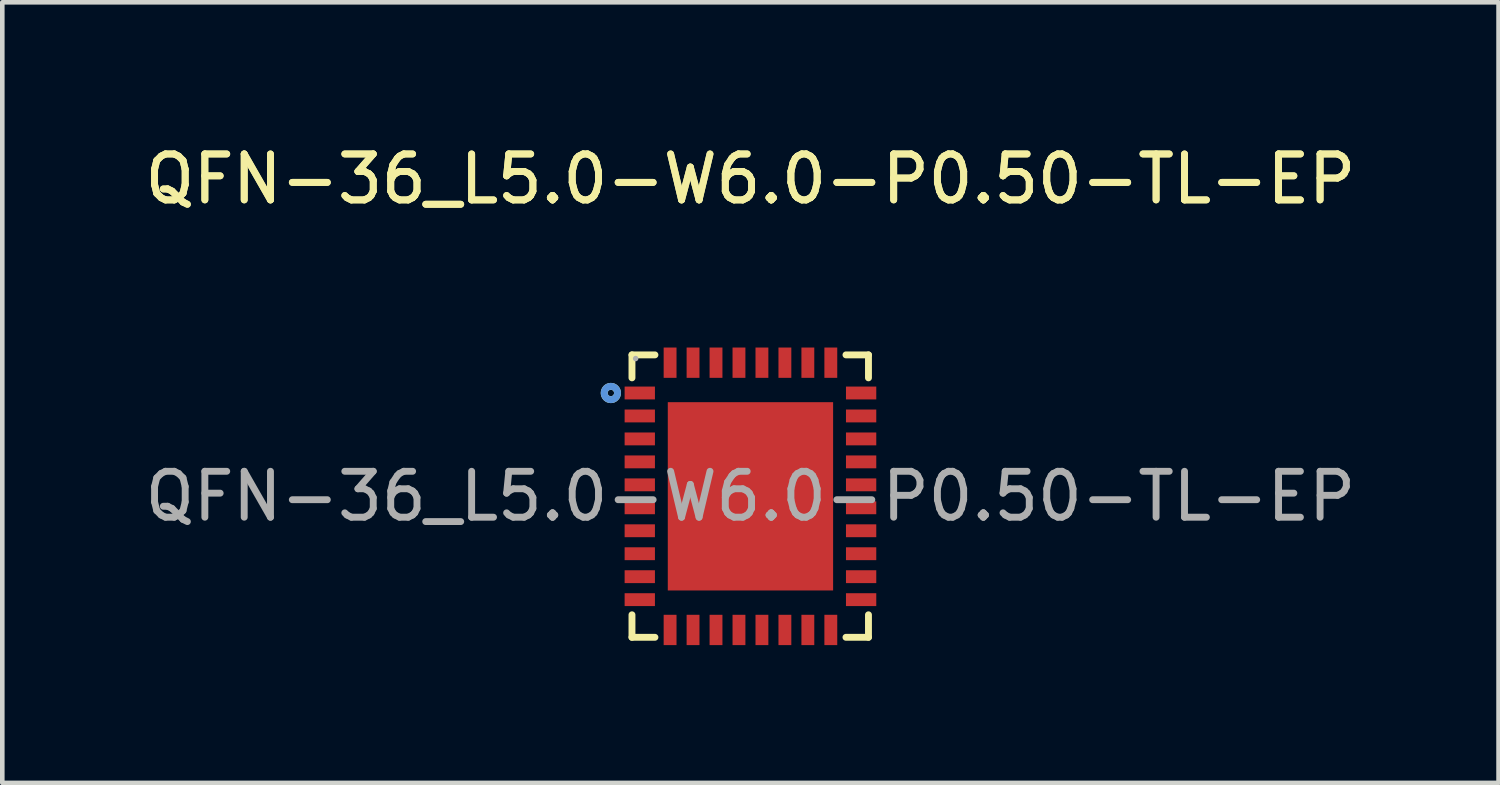
<source format=kicad_pcb>
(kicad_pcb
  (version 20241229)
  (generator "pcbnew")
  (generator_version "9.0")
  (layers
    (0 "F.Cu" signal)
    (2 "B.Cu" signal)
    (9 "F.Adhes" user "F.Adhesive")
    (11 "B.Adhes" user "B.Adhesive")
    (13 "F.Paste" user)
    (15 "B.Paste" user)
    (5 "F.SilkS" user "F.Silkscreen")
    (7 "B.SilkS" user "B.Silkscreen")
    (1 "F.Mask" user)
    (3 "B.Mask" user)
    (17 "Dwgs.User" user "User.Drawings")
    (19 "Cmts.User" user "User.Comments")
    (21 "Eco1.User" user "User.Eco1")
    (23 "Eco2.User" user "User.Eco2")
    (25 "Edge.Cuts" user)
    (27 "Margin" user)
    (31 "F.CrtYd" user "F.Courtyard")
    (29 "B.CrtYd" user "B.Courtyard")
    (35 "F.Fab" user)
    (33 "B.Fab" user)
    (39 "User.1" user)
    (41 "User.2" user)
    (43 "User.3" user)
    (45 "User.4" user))
  (footprint "QFN-36_L5.0-W6.0-P0.50-TL-EP"
    (layer "F.Cu")
    (at 13.292 7.758)
    (property "Reference" "QFN-36_L5.0-W6.0-P0.50-TL-EP" (at 0 -6.91 0) (layer "F.SilkS") (effects (font (size 1 1) (thickness 0.15))))
    (attr smd)
    (fp_line (start -2.58 -3.08) (end -2.58 -2.58) (stroke (width 0.15) (type solid)) (layer "F.SilkS"))
    (fp_line (start -2.58 3.07) (end -2.58 2.58) (stroke (width 0.15) (type solid)) (layer "F.SilkS"))
    (fp_line (start -2.08 -3.08) (end -2.58 -3.08) (stroke (width 0.15) (type solid)) (layer "F.SilkS"))
    (fp_line (start -2.08 3.07) (end -2.58 3.07) (stroke (width 0.15) (type solid)) (layer "F.SilkS"))
    (fp_line (start 2.08 -3.08) (end 2.57 -3.08) (stroke (width 0.15) (type solid)) (layer "F.SilkS"))
    (fp_line (start 2.08 3.07) (end 2.57 3.07) (stroke (width 0.15) (type solid)) (layer "F.SilkS"))
    (fp_line (start 2.57 -3.08) (end 2.57 -2.58) (stroke (width 0.15) (type solid)) (layer "F.SilkS"))
    (fp_line (start 2.57 3.07) (end 2.57 2.58) (stroke (width 0.15) (type solid)) (layer "F.SilkS"))
    (fp_circle (center -3.04 -2.25) (end -2.97 -2.25) (stroke (width 0.15) (type solid)) (fill no) (layer "F.SilkS"))
    (fp_circle (center -3.04 -2.25) (end -2.97 -2.25) (stroke (width 0.15) (type solid)) (fill no) (layer "Cmts.User"))
    (fp_circle (center -2.5 -3) (end -2.47 -3) (stroke (width 0.06) (type solid)) (fill no) (layer "F.Fab"))
    (fp_text user "${REFERENCE}" (at 0 -6.91 0) (layer "F.SilkS") (effects (font (size 1 1) (thickness 0.15))))
    (fp_text user "${REFERENCE}" (at 0 0 0) (layer "F.Fab") (effects (font (size 1 1) (thickness 0.15))))
    (pad "1" smd rect (at -2.41 -2.25 270) (size 0.28 0.66) (layers "F.Cu" "F.Mask" "F.Paste"))
    (pad "2" smd rect (at -2.41 -1.75 270) (size 0.28 0.66) (layers "F.Cu" "F.Mask" "F.Paste"))
    (pad "3" smd rect (at -2.41 -1.25 270) (size 0.28 0.66) (layers "F.Cu" "F.Mask" "F.Paste"))
    (pad "4" smd rect (at -2.41 -0.75 270) (size 0.28 0.66) (layers "F.Cu" "F.Mask" "F.Paste"))
    (pad "5" smd rect (at -2.41 -0.25 270) (size 0.28 0.66) (layers "F.Cu" "F.Mask" "F.Paste"))
    (pad "6" smd rect (at -2.41 0.25 270) (size 0.28 0.66) (layers "F.Cu" "F.Mask" "F.Paste"))
    (pad "7" smd rect (at -2.41 0.75 270) (size 0.28 0.66) (layers "F.Cu" "F.Mask" "F.Paste"))
    (pad "8" smd rect (at -2.41 1.25 270) (size 0.28 0.66) (layers "F.Cu" "F.Mask" "F.Paste"))
    (pad "9" smd rect (at -2.41 1.75 270) (size 0.28 0.66) (layers "F.Cu" "F.Mask" "F.Paste"))
    (pad "10" smd rect (at -2.41 2.25 270) (size 0.28 0.66) (layers "F.Cu" "F.Mask" "F.Paste"))
    (pad "11" smd rect (at -1.75 2.91 270) (size 0.66 0.28) (layers "F.Cu" "F.Mask" "F.Paste"))
    (pad "12" smd rect (at -1.25 2.91 270) (size 0.66 0.28) (layers "F.Cu" "F.Mask" "F.Paste"))
    (pad "13" smd rect (at -0.75 2.91 270) (size 0.66 0.28) (layers "F.Cu" "F.Mask" "F.Paste"))
    (pad "14" smd rect (at -0.25 2.91 270) (size 0.66 0.28) (layers "F.Cu" "F.Mask" "F.Paste"))
    (pad "15" smd rect (at 0.25 2.91 270) (size 0.66 0.28) (layers "F.Cu" "F.Mask" "F.Paste"))
    (pad "16" smd rect (at 0.75 2.91 270) (size 0.66 0.28) (layers "F.Cu" "F.Mask" "F.Paste"))
    (pad "17" smd rect (at 1.25 2.91 270) (size 0.66 0.28) (layers "F.Cu" "F.Mask" "F.Paste"))
    (pad "18" smd rect (at 1.75 2.91 270) (size 0.66 0.28) (layers "F.Cu" "F.Mask" "F.Paste"))
    (pad "19" smd rect (at 2.41 2.25 270) (size 0.28 0.66) (layers "F.Cu" "F.Mask" "F.Paste"))
    (pad "20" smd rect (at 2.41 1.75 270) (size 0.28 0.66) (layers "F.Cu" "F.Mask" "F.Paste"))
    (pad "21" smd rect (at 2.41 1.25 270) (size 0.28 0.66) (layers "F.Cu" "F.Mask" "F.Paste"))
    (pad "22" smd rect (at 2.41 0.75 270) (size 0.28 0.66) (layers "F.Cu" "F.Mask" "F.Paste"))
    (pad "23" smd rect (at 2.41 0.25 270) (size 0.28 0.66) (layers "F.Cu" "F.Mask" "F.Paste"))
    (pad "24" smd rect (at 2.41 -0.25 270) (size 0.28 0.66) (layers "F.Cu" "F.Mask" "F.Paste"))
    (pad "25" smd rect (at 2.41 -0.75 270) (size 0.28 0.66) (layers "F.Cu" "F.Mask" "F.Paste"))
    (pad "26" smd rect (at 2.41 -1.25 270) (size 0.28 0.66) (layers "F.Cu" "F.Mask" "F.Paste"))
    (pad "27" smd rect (at 2.41 -1.75 270) (size 0.28 0.66) (layers "F.Cu" "F.Mask" "F.Paste"))
    (pad "28" smd rect (at 2.41 -2.25 270) (size 0.28 0.66) (layers "F.Cu" "F.Mask" "F.Paste"))
    (pad "29" smd rect (at 1.75 -2.91 270) (size 0.66 0.28) (layers "F.Cu" "F.Mask" "F.Paste"))
    (pad "30" smd rect (at 1.25 -2.91 270) (size 0.66 0.28) (layers "F.Cu" "F.Mask" "F.Paste"))
    (pad "31" smd rect (at 0.75 -2.91 270) (size 0.66 0.28) (layers "F.Cu" "F.Mask" "F.Paste"))
    (pad "32" smd rect (at 0.25 -2.91 270) (size 0.66 0.28) (layers "F.Cu" "F.Mask" "F.Paste"))
    (pad "33" smd rect (at -0.25 -2.91 270) (size 0.66 0.28) (layers "F.Cu" "F.Mask" "F.Paste"))
    (pad "34" smd rect (at -0.75 -2.91 270) (size 0.66 0.28) (layers "F.Cu" "F.Mask" "F.Paste"))
    (pad "35" smd rect (at -1.25 -2.91 270) (size 0.66 0.28) (layers "F.Cu" "F.Mask" "F.Paste"))
    (pad "36" smd rect (at -1.75 -2.91 270) (size 0.66 0.28) (layers "F.Cu" "F.Mask" "F.Paste"))
    (pad "37" smd rect (at 0 0 270) (size 4.1 3.6) (layers "F.Cu" "F.Mask" "F.Paste")))
  (gr_rect
    (start -3 -3)
    (end 29.583 13.998)
    (stroke (width 0.1) (type default))
    (fill no)
    (layer "Edge.Cuts")))
</source>
